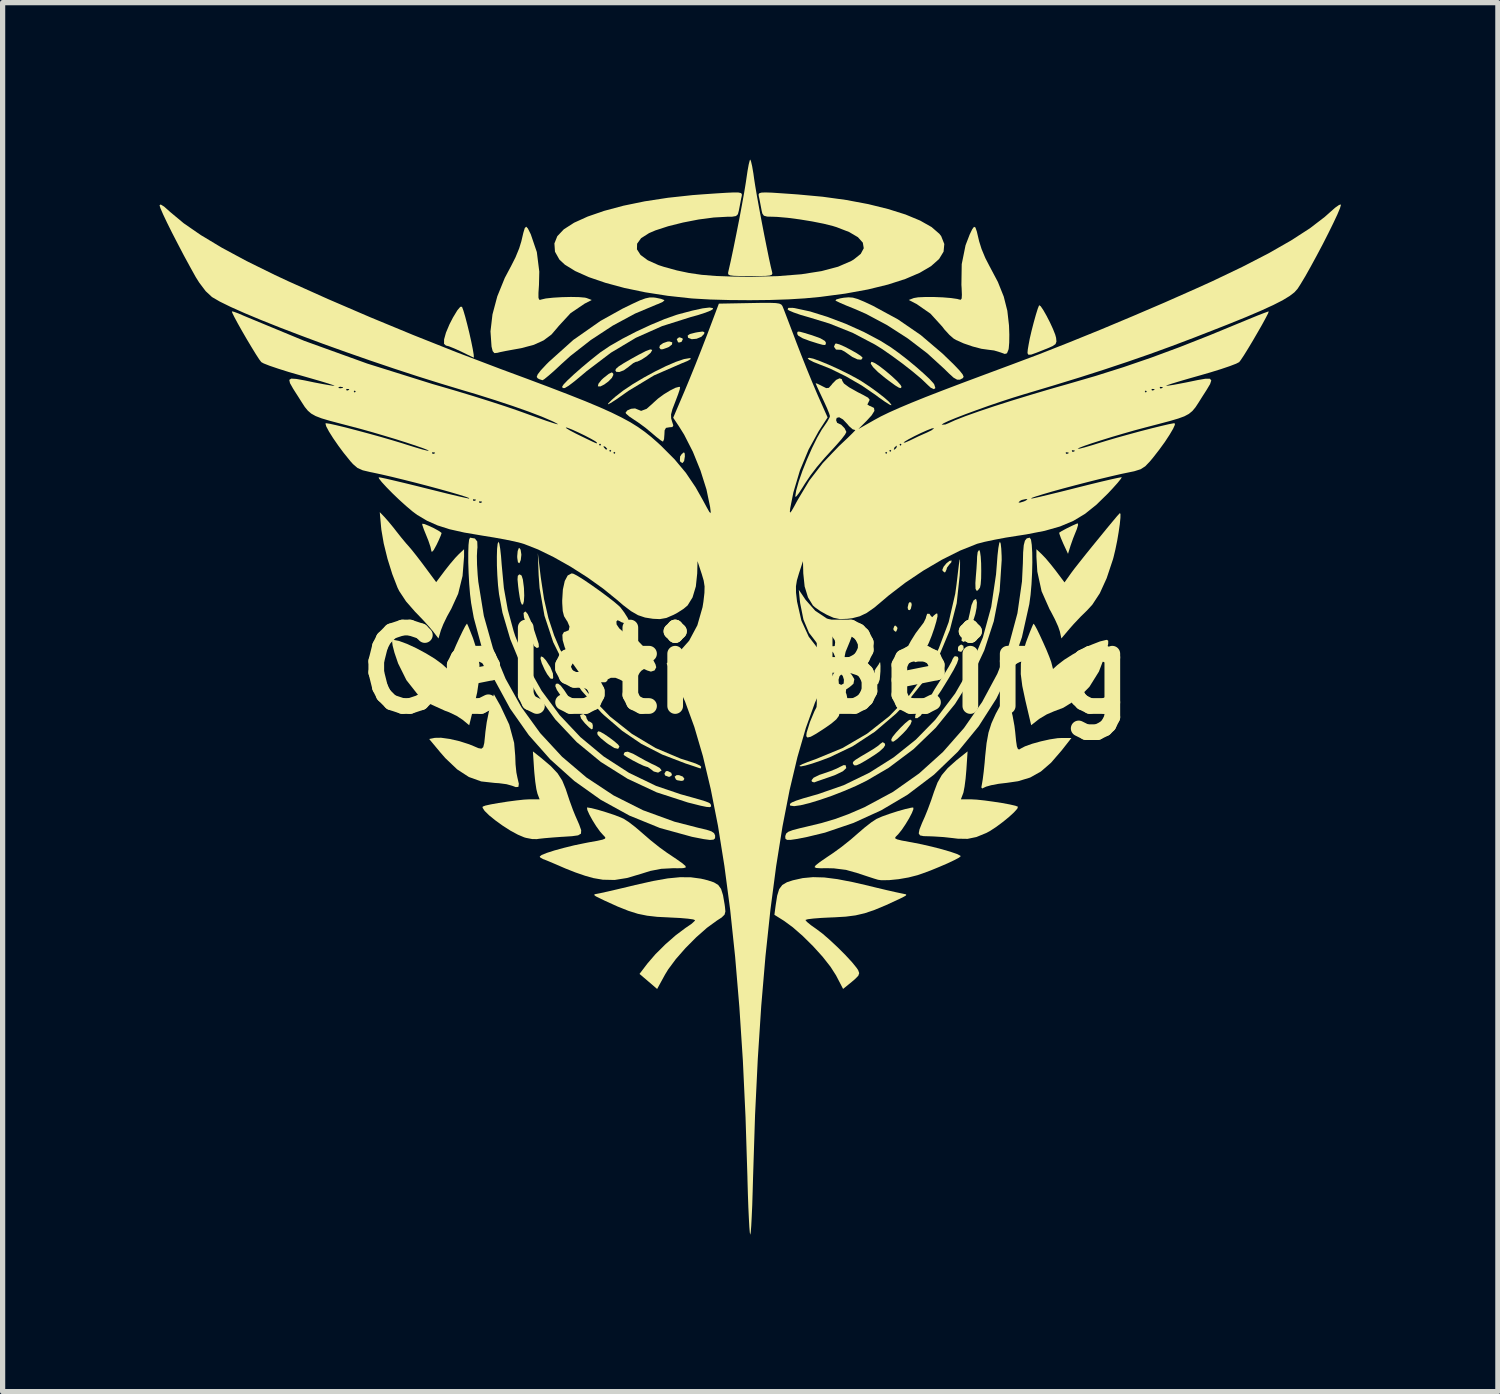
<source format=kicad_pcb>
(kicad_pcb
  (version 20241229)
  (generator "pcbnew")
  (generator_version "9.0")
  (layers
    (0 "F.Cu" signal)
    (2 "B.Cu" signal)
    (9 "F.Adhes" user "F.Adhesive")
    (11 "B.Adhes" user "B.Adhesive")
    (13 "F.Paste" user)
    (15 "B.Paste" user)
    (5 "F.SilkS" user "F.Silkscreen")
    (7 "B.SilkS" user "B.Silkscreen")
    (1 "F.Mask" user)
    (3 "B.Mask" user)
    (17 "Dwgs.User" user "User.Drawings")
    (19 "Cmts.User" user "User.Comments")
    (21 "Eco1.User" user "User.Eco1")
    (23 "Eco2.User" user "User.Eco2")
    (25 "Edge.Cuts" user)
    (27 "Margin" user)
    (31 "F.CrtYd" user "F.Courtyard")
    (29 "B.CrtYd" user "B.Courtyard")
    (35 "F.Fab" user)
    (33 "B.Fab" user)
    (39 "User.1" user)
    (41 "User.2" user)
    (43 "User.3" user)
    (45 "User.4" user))
  (footprint "CelstialBeing"
    (layer "F.Cu")
    (at 11.215 9.769)
    (property "Reference" "CelstialBeing" (at 0 0 0) (layer "F.SilkS") (effects (font (size 1.5 1.5) (thickness 0.3))))
    (attr board_only exclude_from_pos_files exclude_from_bom)
    (fp_poly (pts (xy -1.433 1.954) (xy -1.418 1.999) (xy -1.458 2.03) (xy -1.482 2.032) (xy -1.549 2.007) (xy -1.563 1.971) (xy -1.534 1.924) (xy -1.498 1.922)) (stroke (width 0) (type solid)) (fill yes) (layer "F.SilkS"))
    (fp_poly (pts (xy -1.218 -6.35) (xy -1.211 -6.333) (xy -1.237 -6.282) (xy -1.287 -6.27) (xy -1.304 -6.279) (xy -1.327 -6.336) (xy -1.286 -6.368) (xy -1.27 -6.37)) (stroke (width 0) (type solid)) (fill yes) (layer "F.SilkS"))
    (fp_poly (pts (xy 2.887 -0.828) (xy 2.892 -0.801) (xy 2.871 -0.749) (xy 2.853 -0.742) (xy 2.818 -0.774) (xy 2.814 -0.801) (xy 2.835 -0.853) (xy 2.853 -0.86)) (stroke (width 0) (type solid)) (fill yes) (layer "F.SilkS"))
    (fp_poly (pts (xy 3.157 -1.297) (xy 3.165 -1.255) (xy 3.148 -1.179) (xy 3.126 -1.153) (xy 3.095 -1.164) (xy 3.087 -1.207) (xy 3.105 -1.283) (xy 3.126 -1.309)) (stroke (width 0) (type solid)) (fill yes) (layer "F.SilkS"))
    (fp_poly (pts (xy -1.283 2) (xy -1.211 2.028) (xy -1.181 2.07) (xy -1.202 2.104) (xy -1.241 2.11) (xy -1.316 2.098) (xy -1.342 2.084) (xy -1.368 2.029) (xy -1.328 1.999)) (stroke (width 0) (type solid)) (fill yes) (layer "F.SilkS"))
    (fp_poly (pts (xy -1.174 -4.146) (xy -1.172 -4.094) (xy -1.186 -4.005) (xy -1.218 -3.966) (xy -1.256 -3.988) (xy -1.267 -4.013) (xy -1.263 -4.092) (xy -1.232 -4.138) (xy -1.189 -4.173)) (stroke (width 0) (type solid)) (fill yes) (layer "F.SilkS"))
    (fp_poly (pts (xy 4.152 -0.474) (xy 4.158 -0.414) (xy 4.156 -0.409) (xy 4.111 -0.356) (xy 4.06 -0.369) (xy 4.049 -0.383) (xy 4.05 -0.439) (xy 4.062 -0.466) (xy 4.11 -0.498)) (stroke (width 0) (type solid)) (fill yes) (layer "F.SilkS"))
    (fp_poly (pts (xy 3.372 0.738) (xy 3.373 0.74) (xy 3.388 0.79) (xy 3.338 0.86) (xy 3.335 0.864) (xy 3.271 0.911) (xy 3.231 0.91) (xy 3.23 0.909) (xy 3.234 0.854) (xy 3.269 0.785) (xy 3.326 0.727)) (stroke (width 0) (type solid)) (fill yes) (layer "F.SilkS"))
    (fp_poly (pts (xy -4.312 -2.31) (xy -4.299 -2.226) (xy -4.298 -2.21) (xy -4.309 -2.113) (xy -4.334 -2.054) (xy -4.338 -2.052) (xy -4.363 -2.069) (xy -4.376 -2.152) (xy -4.377 -2.186) (xy -4.368 -2.285) (xy -4.347 -2.34) (xy -4.338 -2.345)) (stroke (width 0) (type solid)) (fill yes) (layer "F.SilkS"))
    (fp_poly (pts (xy -3.884 -0.256) (xy -3.828 -0.195) (xy -3.743 -0.064) (xy -3.695 0.054) (xy -3.689 0.138) (xy -3.701 0.16) (xy -3.742 0.153) (xy -3.804 0.071) (xy -3.852 -0.015) (xy -3.908 -0.14) (xy -3.932 -0.228) (xy -3.923 -0.27)) (stroke (width 0) (type solid)) (fill yes) (layer "F.SilkS"))
    (fp_poly (pts (xy -1.413 -6.274) (xy -1.418 -6.233) (xy -1.477 -6.186) (xy -1.507 -6.173) (xy -1.592 -6.143) (xy -1.632 -6.14) (xy -1.655 -6.165) (xy -1.66 -6.172) (xy -1.649 -6.215) (xy -1.588 -6.259) (xy -1.505 -6.288) (xy -1.468 -6.291)) (stroke (width 0) (type solid)) (fill yes) (layer "F.SilkS"))
    (fp_poly (pts (xy -0.799 -6.469) (xy -0.803 -6.436) (xy -0.857 -6.38) (xy -0.947 -6.343) (xy -1.041 -6.334) (xy -1.107 -6.36) (xy -1.112 -6.367) (xy -1.118 -6.404) (xy -1.076 -6.433) (xy -0.971 -6.46) (xy -0.927 -6.468) (xy -0.833 -6.481)) (stroke (width 0) (type solid)) (fill yes) (layer "F.SilkS"))
    (fp_poly (pts (xy -2.542 -5.677) (xy -2.54 -5.651) (xy -2.567 -5.595) (xy -2.632 -5.528) (xy -2.713 -5.468) (xy -2.788 -5.431) (xy -2.833 -5.433) (xy -2.835 -5.435) (xy -2.824 -5.483) (xy -2.766 -5.556) (xy -2.73 -5.59) (xy -2.626 -5.672) (xy -2.567 -5.7)) (stroke (width 0) (type solid)) (fill yes) (layer "F.SilkS"))
    (fp_poly (pts (xy 3.928 -2.102) (xy 3.92 -2.065) (xy 3.889 -2.033) (xy 3.839 -1.966) (xy 3.83 -1.93) (xy 3.807 -1.881) (xy 3.79 -1.876) (xy 3.755 -1.907) (xy 3.751 -1.928) (xy 3.775 -1.985) (xy 3.828 -2.049) (xy 3.887 -2.096) (xy 3.928 -2.103)) (stroke (width 0) (type solid)) (fill yes) (layer "F.SilkS"))
    (fp_poly (pts (xy -3.062 0.87) (xy -3.048 0.921) (xy -3.017 0.97) (xy -2.989 0.977) (xy -2.942 1.01) (xy -2.931 1.055) (xy -2.935 1.113) (xy -2.955 1.125) (xy -3.004 1.087) (xy -3.083 1.008) (xy -3.155 0.919) (xy -3.175 0.858) (xy -3.169 0.848) (xy -3.111 0.831)) (stroke (width 0) (type solid)) (fill yes) (layer "F.SilkS"))
    (fp_poly (pts (xy -2.789 1.171) (xy -2.711 1.216) (xy -2.614 1.282) (xy -2.52 1.353) (xy -2.449 1.415) (xy -2.423 1.452) (xy -2.447 1.497) (xy -2.52 1.481) (xy -2.638 1.406) (xy -2.672 1.381) (xy -2.782 1.291) (xy -2.838 1.231) (xy -2.848 1.19) (xy -2.829 1.162)) (stroke (width 0) (type solid)) (fill yes) (layer "F.SilkS"))
    (fp_poly (pts (xy 2.563 -0.153) (xy 2.568 -0.086) (xy 2.567 0.016) (xy 2.554 0.169) (xy 2.525 0.251) (xy 2.505 0.266) (xy 2.467 0.259) (xy 2.471 0.205) (xy 2.473 0.116) (xy 2.459 0.074) (xy 2.455 0.001) (xy 2.478 -0.038) (xy 2.534 -0.118) (xy 2.553 -0.156)) (stroke (width 0) (type solid)) (fill yes) (layer "F.SilkS"))
    (fp_poly (pts (xy 3.167 0.962) (xy 3.142 1.028) (xy 3.067 1.129) (xy 3.001 1.2) (xy 2.888 1.308) (xy 2.817 1.359) (xy 2.782 1.355) (xy 2.774 1.317) (xy 2.8 1.267) (xy 2.866 1.186) (xy 2.952 1.093) (xy 3.039 1.008) (xy 3.109 0.951) (xy 3.137 0.938)) (stroke (width 0) (type solid)) (fill yes) (layer "F.SilkS"))
    (fp_poly (pts (xy -4.293 -1.815) (xy -4.269 -1.74) (xy -4.251 -1.602) (xy -4.248 -1.573) (xy -4.243 -1.432) (xy -4.249 -1.326) (xy -4.265 -1.265) (xy -4.288 -1.26) (xy -4.312 -1.315) (xy -4.328 -1.393) (xy -4.347 -1.516) (xy -4.359 -1.612) (xy -4.371 -1.741) (xy -4.366 -1.81) (xy -4.341 -1.835) (xy -4.328 -1.837)) (stroke (width 0) (type solid)) (fill yes) (layer "F.SilkS"))
    (fp_poly (pts (xy -4.213 -1.124) (xy -4.176 -1.079) (xy -4.123 -0.962) (xy -4.053 -0.771) (xy -3.967 -0.511) (xy -3.963 -0.446) (xy -4.001 -0.43) (xy -4.052 -0.467) (xy -4.098 -0.57) (xy -4.105 -0.596) (xy -4.147 -0.736) (xy -4.195 -0.869) (xy -4.204 -0.89) (xy -4.248 -1.017) (xy -4.256 -1.1) (xy -4.226 -1.127)) (stroke (width 0) (type solid)) (fill yes) (layer "F.SilkS"))
    (fp_poly (pts (xy 6.345 -2.782) (xy 6.322 -2.704) (xy 6.307 -2.667) (xy 6.251 -2.528) (xy 6.201 -2.386) (xy 6.198 -2.376) (xy 6.153 -2.231) (xy 6.062 -2.427) (xy 6.015 -2.537) (xy 5.988 -2.614) (xy 5.985 -2.636) (xy 6.035 -2.668) (xy 6.123 -2.715) (xy 6.222 -2.764) (xy 6.305 -2.802) (xy 6.34 -2.814)) (stroke (width 0) (type solid)) (fill yes) (layer "F.SilkS"))
    (fp_poly (pts (xy 2.463 -5.876) (xy 2.557 -5.813) (xy 2.671 -5.724) (xy 2.786 -5.626) (xy 2.886 -5.533) (xy 2.952 -5.459) (xy 2.97 -5.424) (xy 2.959 -5.399) (xy 2.921 -5.407) (xy 2.847 -5.452) (xy 2.726 -5.541) (xy 2.657 -5.593) (xy 2.52 -5.706) (xy 2.426 -5.8) (xy 2.381 -5.867) (xy 2.391 -5.899) (xy 2.404 -5.901)) (stroke (width 0) (type solid)) (fill yes) (layer "F.SilkS"))
    (fp_poly (pts (xy -6.153 -2.801) (xy -6.07 -2.768) (xy -5.971 -2.722) (xy -5.882 -2.673) (xy -5.829 -2.636) (xy -5.823 -2.627) (xy -5.839 -2.579) (xy -5.88 -2.485) (xy -5.919 -2.403) (xy -5.975 -2.301) (xy -6.009 -2.266) (xy -6.018 -2.286) (xy -6.035 -2.363) (xy -6.075 -2.482) (xy -6.114 -2.579) (xy -6.161 -2.695) (xy -6.19 -2.778) (xy -6.194 -2.806)) (stroke (width 0) (type solid)) (fill yes) (layer "F.SilkS"))
    (fp_poly (pts (xy -3.546 0.288) (xy -3.477 0.378) (xy -3.391 0.508) (xy -3.316 0.612) (xy -3.241 0.695) (xy -3.229 0.707) (xy -3.179 0.755) (xy -3.191 0.781) (xy -3.217 0.793) (xy -3.28 0.783) (xy -3.366 0.707) (xy -3.413 0.653) (xy -3.54 0.488) (xy -3.618 0.372) (xy -3.649 0.298) (xy -3.639 0.257) (xy -3.634 0.254) (xy -3.596 0.25)) (stroke (width 0) (type solid)) (fill yes) (layer "F.SilkS"))
    (fp_poly (pts (xy 1.028 -6.477) (xy 1.109 -6.455) (xy 1.248 -6.413) (xy 1.266 -6.407) (xy 1.418 -6.352) (xy 1.505 -6.301) (xy 1.524 -6.27) (xy 1.522 -6.238) (xy 1.506 -6.223) (xy 1.461 -6.227) (xy 1.371 -6.252) (xy 1.222 -6.299) (xy 1.221 -6.299) (xy 1.082 -6.351) (xy 0.997 -6.401) (xy 0.977 -6.432) (xy 0.977 -6.464) (xy 0.989 -6.48)) (stroke (width 0) (type solid)) (fill yes) (layer "F.SilkS"))
    (fp_poly (pts (xy 1.901 1.81) (xy 1.914 1.865) (xy 1.849 1.926) (xy 1.709 1.994) (xy 1.617 2.028) (xy 1.478 2.076) (xy 1.365 2.115) (xy 1.302 2.138) (xy 1.3 2.139) (xy 1.257 2.125) (xy 1.25 2.098) (xy 1.288 2.05) (xy 1.397 1.996) (xy 1.475 1.97) (xy 1.614 1.922) (xy 1.733 1.873) (xy 1.789 1.844) (xy 1.862 1.809)) (stroke (width 0) (type solid)) (fill yes) (layer "F.SilkS"))
    (fp_poly (pts (xy 4.471 -2.27) (xy 4.484 -2.177) (xy 4.492 -2.048) (xy 4.494 -1.903) (xy 4.492 -1.763) (xy 4.483 -1.648) (xy 4.47 -1.586) (xy 4.429 -1.532) (xy 4.406 -1.524) (xy 4.385 -1.562) (xy 4.382 -1.672) (xy 4.39 -1.788) (xy 4.403 -1.945) (xy 4.412 -2.09) (xy 4.415 -2.179) (xy 4.426 -2.265) (xy 4.452 -2.305) (xy 4.455 -2.306)) (stroke (width 0) (type solid)) (fill yes) (layer "F.SilkS"))
    (fp_poly (pts (xy 1.783 -6.235) (xy 1.883 -6.191) (xy 1.999 -6.131) (xy 2.109 -6.069) (xy 2.193 -6.014) (xy 2.227 -5.979) (xy 2.227 -5.978) (xy 2.199 -5.942) (xy 2.127 -5.949) (xy 2.029 -5.995) (xy 1.966 -6.039) (xy 1.88 -6.099) (xy 1.819 -6.13) (xy 1.81 -6.131) (xy 1.717 -6.136) (xy 1.681 -6.187) (xy 1.68 -6.194) (xy 1.702 -6.246) (xy 1.72 -6.252)) (stroke (width 0) (type solid)) (fill yes) (layer "F.SilkS"))
    (fp_poly (pts (xy 4.048 -0.261) (xy 4.058 -0.219) (xy 4.031 -0.139) (xy 3.965 -0.01) (xy 3.866 0.159) (xy 3.726 0.386) (xy 3.618 0.546) (xy 3.54 0.644) (xy 3.487 0.681) (xy 3.459 0.662) (xy 3.471 0.606) (xy 3.522 0.5) (xy 3.604 0.356) (xy 3.692 0.218) (xy 3.792 0.062) (xy 3.873 -0.073) (xy 3.928 -0.173) (xy 3.947 -0.221) (xy 3.978 -0.268) (xy 4.005 -0.274)) (stroke (width 0) (type solid)) (fill yes) (layer "F.SilkS"))
    (fp_poly (pts (xy -1.799 -6.131) (xy -1.798 -6.122) (xy -1.828 -6.072) (xy -1.903 -6.007) (xy -1.996 -5.946) (xy -2.08 -5.906) (xy -2.11 -5.901) (xy -2.16 -5.876) (xy -2.236 -5.816) (xy -2.251 -5.803) (xy -2.339 -5.74) (xy -2.425 -5.707) (xy -2.485 -5.711) (xy -2.501 -5.74) (xy -2.487 -5.77) (xy -2.438 -5.813) (xy -2.345 -5.873) (xy -2.198 -5.958) (xy -2.061 -6.034) (xy -1.919 -6.107) (xy -1.834 -6.139)) (stroke (width 0) (type solid)) (fill yes) (layer "F.SilkS"))
    (fp_poly (pts (xy 2.651 1.395) (xy 2.657 1.427) (xy 2.626 1.477) (xy 2.546 1.55) (xy 2.452 1.616) (xy 2.29 1.718) (xy 2.18 1.781) (xy 2.112 1.811) (xy 2.072 1.814) (xy 2.049 1.793) (xy 2.049 1.793) (xy 2.038 1.768) (xy 2.049 1.742) (xy 2.092 1.706) (xy 2.179 1.651) (xy 2.322 1.567) (xy 2.334 1.56) (xy 2.447 1.491) (xy 2.53 1.433) (xy 2.561 1.404) (xy 2.611 1.369)) (stroke (width 0) (type solid)) (fill yes) (layer "F.SilkS"))
    (fp_poly (pts (xy -2.162 1.591) (xy -2.074 1.64) (xy -1.936 1.717) (xy -1.801 1.786) (xy -1.733 1.817) (xy -1.652 1.863) (xy -1.619 1.905) (xy -1.621 1.914) (xy -1.683 1.952) (xy -1.767 1.93) (xy -1.811 1.895) (xy -1.879 1.847) (xy -1.915 1.837) (xy -1.966 1.819) (xy -2.059 1.775) (xy -2.169 1.718) (xy -2.271 1.66) (xy -2.341 1.615) (xy -2.342 1.614) (xy -2.335 1.58) (xy -2.318 1.56) (xy -2.264 1.551)) (stroke (width 0) (type solid)) (fill yes) (layer "F.SilkS"))
    (fp_poly (pts (xy -1.062 -5.971) (xy -1.062 -5.953) (xy -1.124 -5.917) (xy -1.234 -5.872) (xy -1.25 -5.865) (xy -1.76 -5.643) (xy -2.242 -5.352) (xy -2.318 -5.299) (xy -2.48 -5.185) (xy -2.589 -5.115) (xy -2.642 -5.088) (xy -2.637 -5.107) (xy -2.573 -5.171) (xy -2.501 -5.235) (xy -2.351 -5.352) (xy -2.166 -5.476) (xy -1.959 -5.599) (xy -1.744 -5.716) (xy -1.535 -5.819) (xy -1.345 -5.901) (xy -1.189 -5.954) (xy -1.081 -5.972)) (stroke (width 0) (type solid)) (fill yes) (layer "F.SilkS"))
    (fp_poly (pts (xy 4.399 -1.359) (xy 4.412 -1.301) (xy 4.405 -1.199) (xy 4.382 -1.082) (xy 4.35 -0.979) (xy 4.318 -0.923) (xy 4.282 -0.87) (xy 4.285 -0.847) (xy 4.292 -0.793) (xy 4.267 -0.706) (xy 4.225 -0.617) (xy 4.178 -0.557) (xy 4.156 -0.547) (xy 4.117 -0.569) (xy 4.124 -0.635) (xy 4.16 -0.736) (xy 4.202 -0.84) (xy 4.243 -0.96) (xy 4.275 -1.098) (xy 4.278 -1.114) (xy 4.308 -1.251) (xy 4.346 -1.339) (xy 4.385 -1.367)) (stroke (width 0) (type solid)) (fill yes) (layer "F.SilkS"))
    (fp_poly (pts (xy -5.432 -6.952) (xy -5.406 -6.882) (xy -5.371 -6.764) (xy -5.332 -6.615) (xy -5.292 -6.452) (xy -5.256 -6.29) (xy -5.227 -6.147) (xy -5.209 -6.04) (xy -5.206 -5.985) (xy -5.209 -5.982) (xy -5.245 -5.999) (xy -5.333 -6.041) (xy -5.451 -6.099) (xy -5.579 -6.157) (xy -5.684 -6.199) (xy -5.74 -6.213) (xy -5.776 -6.245) (xy -5.775 -6.331) (xy -5.739 -6.46) (xy -5.671 -6.621) (xy -5.605 -6.749) (xy -5.522 -6.886) (xy -5.466 -6.953) (xy -5.434 -6.954)) (stroke (width 0) (type solid)) (fill yes) (layer "F.SilkS"))
    (fp_poly (pts (xy 1.283 -5.962) (xy 1.413 -5.915) (xy 1.578 -5.847) (xy 1.759 -5.765) (xy 1.939 -5.677) (xy 2.101 -5.591) (xy 2.203 -5.532) (xy 2.363 -5.426) (xy 2.512 -5.318) (xy 2.639 -5.219) (xy 2.73 -5.138) (xy 2.774 -5.085) (xy 2.774 -5.071) (xy 2.737 -5.086) (xy 2.653 -5.139) (xy 2.538 -5.22) (xy 2.481 -5.263) (xy 2.215 -5.446) (xy 1.913 -5.621) (xy 1.61 -5.77) (xy 1.426 -5.843) (xy 1.29 -5.897) (xy 1.204 -5.941) (xy 1.175 -5.97) (xy 1.204 -5.979)) (stroke (width 0) (type solid)) (fill yes) (layer "F.SilkS"))
    (fp_poly (pts (xy 5.631 -6.964) (xy 5.68 -6.892) (xy 5.742 -6.783) (xy 5.807 -6.657) (xy 5.865 -6.531) (xy 5.908 -6.423) (xy 5.925 -6.362) (xy 5.932 -6.29) (xy 5.915 -6.242) (xy 5.86 -6.203) (xy 5.751 -6.155) (xy 5.717 -6.142) (xy 5.553 -6.077) (xy 5.45 -6.04) (xy 5.396 -6.037) (xy 5.378 -6.068) (xy 5.384 -6.138) (xy 5.398 -6.22) (xy 5.421 -6.343) (xy 5.456 -6.494) (xy 5.497 -6.653) (xy 5.538 -6.8) (xy 5.574 -6.916) (xy 5.599 -6.979) (xy 5.603 -6.983)) (stroke (width 0) (type solid)) (fill yes) (layer "F.SilkS"))
    (fp_poly (pts (xy -1.729 -7.127) (xy -1.628 -7.106) (xy -1.569 -7.083) (xy -1.563 -7.076) (xy -1.596 -7.047) (xy -1.679 -7.009) (xy -1.71 -6.998) (xy -2.124 -6.824) (xy -2.552 -6.593) (xy -2.971 -6.318) (xy -3.36 -6.014) (xy -3.531 -5.86) (xy -3.663 -5.737) (xy -3.776 -5.638) (xy -3.858 -5.571) (xy -3.893 -5.55) (xy -3.953 -5.569) (xy -3.986 -5.587) (xy -4.004 -5.614) (xy -3.986 -5.661) (xy -3.928 -5.737) (xy -3.821 -5.852) (xy -3.771 -5.902) (xy -3.304 -6.321) (xy -2.785 -6.684) (xy -2.364 -6.918) (xy -2.169 -7.013) (xy -2.028 -7.078) (xy -1.925 -7.115) (xy -1.845 -7.132) (xy -1.772 -7.132)) (stroke (width 0) (type solid)) (fill yes) (layer "F.SilkS"))
    (fp_poly (pts (xy 2.039 -7.129) (xy 2.134 -7.102) (xy 2.259 -7.05) (xy 2.423 -6.973) (xy 2.902 -6.713) (xy 3.337 -6.414) (xy 3.754 -6.059) (xy 3.816 -5.999) (xy 3.973 -5.847) (xy 4.077 -5.738) (xy 4.136 -5.665) (xy 4.157 -5.619) (xy 4.145 -5.592) (xy 4.142 -5.59) (xy 4.086 -5.56) (xy 4.032 -5.561) (xy 3.965 -5.599) (xy 3.872 -5.684) (xy 3.789 -5.766) (xy 3.465 -6.062) (xy 3.092 -6.347) (xy 2.693 -6.604) (xy 2.292 -6.818) (xy 2.065 -6.917) (xy 1.916 -6.977) (xy 1.795 -7.029) (xy 1.721 -7.065) (xy 1.707 -7.073) (xy 1.723 -7.094) (xy 1.798 -7.115) (xy 1.864 -7.127) (xy 1.956 -7.135)) (stroke (width 0) (type solid)) (fill yes) (layer "F.SilkS"))
    (fp_poly (pts (xy -3.927 -1.782) (xy -3.864 -1.366) (xy -3.781 -1.003) (xy -3.671 -0.67) (xy -3.557 -0.402) (xy -3.296 0.066) (xy -2.975 0.496) (xy -2.602 0.88) (xy -2.184 1.211) (xy -1.731 1.482) (xy -1.249 1.686) (xy -1.084 1.738) (xy -0.965 1.778) (xy -0.884 1.816) (xy -0.86 1.839) (xy -0.868 1.873) (xy -0.869 1.873) (xy -0.908 1.861) (xy -1.002 1.829) (xy -1.132 1.786) (xy -1.154 1.779) (xy -1.607 1.605) (xy -2.005 1.401) (xy -2.37 1.153) (xy -2.721 0.851) (xy -2.768 0.806) (xy -3.143 0.39) (xy -3.451 -0.061) (xy -3.689 -0.542) (xy -3.856 -1.048) (xy -3.949 -1.574) (xy -3.967 -1.817) (xy -3.983 -2.247)) (stroke (width 0) (type solid)) (fill yes) (layer "F.SilkS"))
    (fp_poly (pts (xy -0.638 -6.929) (xy -0.634 -6.911) (xy -0.676 -6.883) (xy -0.778 -6.842) (xy -0.923 -6.795) (xy -1.064 -6.756) (xy -1.608 -6.584) (xy -2.109 -6.361) (xy -2.584 -6.077) (xy -3.048 -5.725) (xy -3.108 -5.674) (xy -3.276 -5.534) (xy -3.394 -5.444) (xy -3.469 -5.4) (xy -3.508 -5.4) (xy -3.517 -5.429) (xy -3.488 -5.472) (xy -3.41 -5.553) (xy -3.294 -5.661) (xy -3.152 -5.786) (xy -2.996 -5.917) (xy -2.837 -6.044) (xy -2.786 -6.084) (xy -2.605 -6.206) (xy -2.37 -6.341) (xy -2.105 -6.478) (xy -1.828 -6.607) (xy -1.563 -6.718) (xy -1.331 -6.8) (xy -1.29 -6.812) (xy -1.029 -6.881) (xy -0.832 -6.924) (xy -0.701 -6.94)) (stroke (width 0) (type solid)) (fill yes) (layer "F.SilkS"))
    (fp_poly (pts (xy 0.925 -6.929) (xy 1.221 -6.865) (xy 1.554 -6.761) (xy 1.905 -6.628) (xy 2.249 -6.473) (xy 2.564 -6.306) (xy 2.767 -6.179) (xy 2.916 -6.072) (xy 3.078 -5.947) (xy 3.239 -5.814) (xy 3.386 -5.685) (xy 3.505 -5.574) (xy 3.58 -5.492) (xy 3.596 -5.469) (xy 3.617 -5.4) (xy 3.589 -5.379) (xy 3.528 -5.407) (xy 3.474 -5.457) (xy 3.355 -5.571) (xy 3.189 -5.711) (xy 2.994 -5.864) (xy 2.79 -6.014) (xy 2.597 -6.148) (xy 2.462 -6.232) (xy 2.036 -6.456) (xy 1.59 -6.634) (xy 1.207 -6.751) (xy 1.041 -6.799) (xy 0.906 -6.846) (xy 0.817 -6.884) (xy 0.792 -6.905) (xy 0.806 -6.933) (xy 0.882 -6.934)) (stroke (width 0) (type solid)) (fill yes) (layer "F.SilkS"))
    (fp_poly (pts (xy 3.656 -1.086) (xy 3.658 -1.037) (xy 3.635 -0.937) (xy 3.596 -0.806) (xy 3.547 -0.665) (xy 3.494 -0.534) (xy 3.446 -0.433) (xy 3.413 -0.386) (xy 3.35 -0.309) (xy 3.318 -0.246) (xy 3.275 -0.176) (xy 3.23 -0.159) (xy 3.205 -0.201) (xy 3.204 -0.218) (xy 3.185 -0.259) (xy 3.116 -0.252) (xy 3.024 -0.213) (xy 2.978 -0.185) (xy 2.971 -0.197) (xy 2.995 -0.265) (xy 3.045 -0.375) (xy 3.067 -0.417) (xy 3.151 -0.57) (xy 3.241 -0.714) (xy 3.319 -0.818) (xy 3.322 -0.821) (xy 3.394 -0.917) (xy 3.435 -1.001) (xy 3.439 -1.023) (xy 3.46 -1.085) (xy 3.503 -1.085) (xy 3.53 -1.045) (xy 3.557 -1.02) (xy 3.59 -1.054) (xy 3.635 -1.09)) (stroke (width 0) (type solid)) (fill yes) (layer "F.SilkS"))
    (fp_poly (pts (xy 4.089 -2.065) (xy 4.087 -1.94) (xy 4.082 -1.817) (xy 4.025 -1.286) (xy 3.893 -0.772) (xy 3.688 -0.281) (xy 3.412 0.183) (xy 3.067 0.616) (xy 2.865 0.824) (xy 2.46 1.17) (xy 2.036 1.448) (xy 1.597 1.658) (xy 1.419 1.725) (xy 1.261 1.779) (xy 1.132 1.816) (xy 1.047 1.833) (xy 1.018 1.826) (xy 1.024 1.817) (xy 1.072 1.791) (xy 1.174 1.75) (xy 1.309 1.701) (xy 1.329 1.694) (xy 1.842 1.482) (xy 2.312 1.207) (xy 2.735 0.874) (xy 3.107 0.489) (xy 3.423 0.057) (xy 3.68 -0.417) (xy 3.872 -0.927) (xy 3.997 -1.468) (xy 4.022 -1.649) (xy 4.049 -1.879) (xy 4.068 -2.033) (xy 4.081 -2.115) (xy 4.088 -2.124)) (stroke (width 0) (type solid)) (fill yes) (layer "F.SilkS"))
    (fp_poly (pts (xy -4.699 0.673) (xy -4.53 1.033) (xy -4.436 1.382) (xy -4.415 1.63) (xy -4.409 1.793) (xy -4.393 1.949) (xy -4.374 2.044) (xy -4.346 2.165) (xy -4.354 2.224) (xy -4.403 2.229) (xy -4.474 2.203) (xy -4.582 2.173) (xy -4.726 2.154) (xy -4.806 2.149) (xy -5.066 2.12) (xy -5.302 2.035) (xy -5.526 1.889) (xy -5.75 1.676) (xy -5.847 1.565) (xy -6.06 1.309) (xy -5.951 1.287) (xy -5.832 1.285) (xy -5.667 1.308) (xy -5.48 1.351) (xy -5.296 1.41) (xy -5.208 1.446) (xy -5.119 1.484) (xy -5.061 1.494) (xy -5.027 1.466) (xy -5.007 1.387) (xy -4.992 1.246) (xy -4.985 1.172) (xy -4.96 0.989) (xy -4.92 0.793) (xy -4.892 0.686) (xy -4.823 0.454)) (stroke (width 0) (type solid)) (fill yes) (layer "F.SilkS"))
    (fp_poly (pts (xy 0.093 -9.733) (xy 0.115 -9.637) (xy 0.139 -9.497) (xy 0.151 -9.408) (xy 0.173 -9.266) (xy 0.206 -9.072) (xy 0.248 -8.841) (xy 0.295 -8.59) (xy 0.344 -8.336) (xy 0.392 -8.096) (xy 0.435 -7.885) (xy 0.471 -7.72) (xy 0.493 -7.63) (xy 0.501 -7.592) (xy 0.491 -7.567) (xy 0.452 -7.552) (xy 0.369 -7.544) (xy 0.231 -7.542) (xy 0.078 -7.542) (xy -0.112 -7.542) (xy -0.236 -7.546) (xy -0.308 -7.555) (xy -0.341 -7.572) (xy -0.346 -7.6) (xy -0.34 -7.63) (xy -0.294 -7.832) (xy -0.242 -8.078) (xy -0.187 -8.35) (xy -0.132 -8.628) (xy -0.082 -8.895) (xy -0.039 -9.132) (xy -0.008 -9.32) (xy 0.002 -9.388) (xy 0.026 -9.55) (xy 0.049 -9.677) (xy 0.069 -9.754) (xy 0.078 -9.769)) (stroke (width 0) (type solid)) (fill yes) (layer "F.SilkS"))
    (fp_poly (pts (xy 5.05 0.686) (xy 5.093 0.861) (xy 5.129 1.058) (xy 5.143 1.172) (xy 5.16 1.345) (xy 5.176 1.452) (xy 5.196 1.502) (xy 5.222 1.509) (xy 5.247 1.493) (xy 5.331 1.449) (xy 5.468 1.4) (xy 5.634 1.354) (xy 5.805 1.316) (xy 5.956 1.293) (xy 6.025 1.29) (xy 6.218 1.29) (xy 6.032 1.527) (xy 5.829 1.762) (xy 5.634 1.931) (xy 5.429 2.046) (xy 5.199 2.116) (xy 4.986 2.147) (xy 4.824 2.166) (xy 4.682 2.193) (xy 4.587 2.22) (xy 4.576 2.225) (xy 4.512 2.255) (xy 4.496 2.234) (xy 4.509 2.163) (xy 4.523 2.078) (xy 4.541 1.936) (xy 4.559 1.762) (xy 4.569 1.641) (xy 4.596 1.388) (xy 4.633 1.186) (xy 4.69 1.007) (xy 4.773 0.824) (xy 4.85 0.683) (xy 4.979 0.454)) (stroke (width 0) (type solid)) (fill yes) (layer "F.SilkS"))
    (fp_poly (pts (xy -6.916 -2.936) (xy -6.841 -2.851) (xy -6.746 -2.736) (xy -6.69 -2.664) (xy -6.595 -2.544) (xy -6.503 -2.433) (xy -6.46 -2.385) (xy -6.395 -2.309) (xy -6.301 -2.191) (xy -6.193 -2.05) (xy -6.147 -1.988) (xy -5.926 -1.69) (xy -5.761 -1.91) (xy -5.66 -2.038) (xy -5.562 -2.153) (xy -5.494 -2.224) (xy -5.393 -2.319) (xy -5.393 -2.177) (xy -5.422 -1.808) (xy -5.506 -1.468) (xy -5.636 -1.183) (xy -5.719 -1.033) (xy -5.79 -0.886) (xy -5.835 -0.772) (xy -5.837 -0.766) (xy -5.882 -0.613) (xy -5.984 -0.746) (xy -6.061 -0.837) (xy -6.172 -0.96) (xy -6.297 -1.091) (xy -6.327 -1.121) (xy -6.502 -1.321) (xy -6.632 -1.518) (xy -6.665 -1.584) (xy -6.766 -1.845) (xy -6.857 -2.137) (xy -6.929 -2.429) (xy -6.974 -2.691) (xy -6.98 -2.75) (xy -7.005 -3.028)) (stroke (width 0) (type solid)) (fill yes) (layer "F.SilkS"))
    (fp_poly (pts (xy -5.316 -0.853) (xy -5.277 -0.758) (xy -5.226 -0.628) (xy -5.218 -0.606) (xy -5.137 -0.353) (xy -5.099 -0.112) (xy -5.101 0.138) (xy -5.143 0.42) (xy -5.187 0.611) (xy -5.295 1.046) (xy -5.422 0.941) (xy -5.535 0.867) (xy -5.681 0.797) (xy -5.758 0.769) (xy -6.044 0.639) (xy -6.291 0.443) (xy -6.495 0.184) (xy -6.654 -0.136) (xy -6.724 -0.342) (xy -6.759 -0.478) (xy -6.769 -0.555) (xy -6.754 -0.584) (xy -6.743 -0.586) (xy -6.635 -0.565) (xy -6.483 -0.509) (xy -6.306 -0.427) (xy -6.123 -0.329) (xy -5.954 -0.226) (xy -5.817 -0.126) (xy -5.795 -0.106) (xy -5.709 -0.029) (xy -5.681 -0.142) (xy -5.654 -0.224) (xy -5.606 -0.344) (xy -5.547 -0.483) (xy -5.482 -0.625) (xy -5.421 -0.752) (xy -5.372 -0.847) (xy -5.341 -0.893) (xy -5.336 -0.895)) (stroke (width 0) (type solid)) (fill yes) (layer "F.SilkS"))
    (fp_poly (pts (xy -1.264 -5.419) (xy -1.269 -5.378) (xy -1.3 -5.284) (xy -1.348 -5.157) (xy -1.354 -5.141) (xy -1.41 -4.996) (xy -1.436 -4.897) (xy -1.434 -4.821) (xy -1.418 -4.765) (xy -1.393 -4.686) (xy -1.41 -4.655) (xy -1.469 -4.65) (xy -1.533 -4.639) (xy -1.559 -4.592) (xy -1.563 -4.513) (xy -1.57 -4.423) (xy -1.589 -4.378) (xy -1.592 -4.377) (xy -1.635 -4.402) (xy -1.716 -4.465) (xy -1.798 -4.535) (xy -1.928 -4.643) (xy -2.069 -4.746) (xy -2.139 -4.792) (xy -2.235 -4.857) (xy -2.295 -4.91) (xy -2.306 -4.929) (xy -2.273 -4.972) (xy -2.2 -5.004) (xy -2.124 -5.011) (xy -2.093 -4.998) (xy -2.008 -4.964) (xy -1.903 -5.003) (xy -1.776 -5.116) (xy -1.776 -5.117) (xy -1.685 -5.199) (xy -1.572 -5.282) (xy -1.454 -5.354) (xy -1.35 -5.406) (xy -1.28 -5.424)) (stroke (width 0) (type solid)) (fill yes) (layer "F.SilkS"))
    (fp_poly (pts (xy 7.156 -2.995) (xy 7.155 -2.919) (xy 7.143 -2.798) (xy 7.121 -2.647) (xy 7.093 -2.481) (xy 7.059 -2.315) (xy 7.023 -2.165) (xy 7.012 -2.125) (xy 6.892 -1.765) (xy 6.761 -1.477) (xy 6.617 -1.258) (xy 6.518 -1.15) (xy 6.395 -1.03) (xy 6.261 -0.888) (xy 6.188 -0.805) (xy 6.026 -0.614) (xy 5.997 -0.747) (xy 5.964 -0.843) (xy 5.902 -0.98) (xy 5.823 -1.132) (xy 5.8 -1.172) (xy 5.648 -1.515) (xy 5.566 -1.892) (xy 5.549 -2.173) (xy 5.549 -2.319) (xy 5.65 -2.224) (xy 5.727 -2.144) (xy 5.826 -2.026) (xy 5.919 -1.908) (xy 6.086 -1.685) (xy 6.216 -1.868) (xy 6.272 -1.943) (xy 6.365 -2.061) (xy 6.483 -2.21) (xy 6.617 -2.376) (xy 6.756 -2.546) (xy 6.888 -2.708) (xy 7.004 -2.848) (xy 7.092 -2.953) (xy 7.143 -3.009)) (stroke (width 0) (type solid)) (fill yes) (layer "F.SilkS"))
    (fp_poly (pts (xy 5.515 -0.87) (xy 5.559 -0.79) (xy 5.616 -0.672) (xy 5.68 -0.533) (xy 5.743 -0.391) (xy 5.795 -0.263) (xy 5.831 -0.165) (xy 5.837 -0.142) (xy 5.866 -0.029) (xy 5.951 -0.106) (xy 6.078 -0.204) (xy 6.242 -0.308) (xy 6.424 -0.408) (xy 6.604 -0.494) (xy 6.763 -0.556) (xy 6.882 -0.585) (xy 6.899 -0.586) (xy 6.922 -0.569) (xy 6.921 -0.51) (xy 6.895 -0.395) (xy 6.877 -0.329) (xy 6.744 0.02) (xy 6.562 0.312) (xy 6.334 0.544) (xy 6.063 0.712) (xy 5.881 0.781) (xy 5.746 0.839) (xy 5.61 0.92) (xy 5.587 0.937) (xy 5.449 1.045) (xy 5.338 0.574) (xy 5.279 0.296) (xy 5.25 0.069) (xy 5.252 -0.131) (xy 5.285 -0.325) (xy 5.349 -0.537) (xy 5.375 -0.607) (xy 5.426 -0.74) (xy 5.468 -0.842) (xy 5.491 -0.893) (xy 5.493 -0.895)) (stroke (width 0) (type solid)) (fill yes) (layer "F.SilkS"))
    (fp_poly (pts (xy 4.21 1.897) (xy 4.195 2.068) (xy 4.175 2.221) (xy 4.154 2.331) (xy 4.146 2.354) (xy 4.105 2.462) (xy 4.294 2.462) (xy 4.406 2.468) (xy 4.556 2.484) (xy 4.724 2.507) (xy 4.892 2.533) (xy 5.039 2.56) (xy 5.147 2.585) (xy 5.196 2.604) (xy 5.183 2.642) (xy 5.12 2.712) (xy 5.022 2.802) (xy 4.902 2.899) (xy 4.777 2.992) (xy 4.659 3.069) (xy 4.592 3.105) (xy 4.402 3.183) (xy 4.233 3.218) (xy 4.046 3.215) (xy 3.947 3.203) (xy 3.775 3.184) (xy 3.586 3.172) (xy 3.505 3.169) (xy 3.392 3.166) (xy 3.324 3.152) (xy 3.299 3.114) (xy 3.313 3.039) (xy 3.362 2.915) (xy 3.416 2.794) (xy 3.473 2.653) (xy 3.538 2.477) (xy 3.591 2.319) (xy 3.658 2.142) (xy 3.741 1.997) (xy 3.855 1.863) (xy 4.017 1.718) (xy 4.077 1.67) (xy 4.233 1.546)) (stroke (width 0) (type solid)) (fill yes) (layer "F.SilkS"))
    (fp_poly (pts (xy 4.866 -2.426) (xy 4.877 -2.329) (xy 4.884 -2.189) (xy 4.885 -2.113) (xy 4.846 -1.52) (xy 4.734 -0.942) (xy 4.552 -0.385) (xy 4.304 0.144) (xy 3.993 0.639) (xy 3.624 1.094) (xy 3.2 1.503) (xy 2.724 1.86) (xy 2.307 2.104) (xy 2.097 2.207) (xy 1.87 2.304) (xy 1.64 2.394) (xy 1.417 2.471) (xy 1.215 2.533) (xy 1.044 2.575) (xy 0.917 2.593) (xy 0.846 2.583) (xy 0.838 2.576) (xy 0.837 2.55) (xy 0.873 2.522) (xy 0.954 2.488) (xy 1.09 2.444) (xy 1.289 2.387) (xy 1.368 2.365) (xy 1.865 2.192) (xy 2.355 1.954) (xy 2.82 1.66) (xy 3.244 1.321) (xy 3.61 0.947) (xy 3.622 0.933) (xy 3.995 0.439) (xy 4.295 -0.081) (xy 4.525 -0.632) (xy 4.685 -1.217) (xy 4.777 -1.838) (xy 4.792 -2.025) (xy 4.805 -2.199) (xy 4.821 -2.34) (xy 4.838 -2.433) (xy 4.851 -2.462)) (stroke (width 0) (type solid)) (fill yes) (layer "F.SilkS"))
    (fp_poly (pts (xy -4.173 -8.451) (xy -4.128 -8.361) (xy -4.117 -8.338) (xy -4.002 -8) (xy -3.955 -7.626) (xy -3.961 -7.372) (xy -3.971 -7.219) (xy -3.971 -7.13) (xy -3.959 -7.091) (xy -3.933 -7.087) (xy -3.917 -7.093) (xy -3.83 -7.113) (xy -3.691 -7.128) (xy -3.523 -7.138) (xy -3.35 -7.142) (xy -3.195 -7.139) (xy -3.082 -7.129) (xy -3.049 -7.121) (xy -2.952 -7.084) (xy -3.088 -7.014) (xy -3.357 -6.832) (xy -3.585 -6.585) (xy -3.594 -6.573) (xy -3.722 -6.424) (xy -3.872 -6.312) (xy -4.059 -6.227) (xy -4.299 -6.163) (xy -4.455 -6.135) (xy -4.592 -6.11) (xy -4.709 -6.086) (xy -4.755 -6.074) (xy -4.813 -6.068) (xy -4.846 -6.106) (xy -4.868 -6.194) (xy -4.888 -6.484) (xy -4.85 -6.808) (xy -4.758 -7.153) (xy -4.615 -7.505) (xy -4.492 -7.737) (xy -4.41 -7.899) (xy -4.339 -8.072) (xy -4.298 -8.206) (xy -4.26 -8.368) (xy -4.232 -8.46) (xy -4.205 -8.485)) (stroke (width 0) (type solid)) (fill yes) (layer "F.SilkS"))
    (fp_poly (pts (xy -3.92 1.67) (xy -3.736 1.826) (xy -3.606 1.964) (xy -3.516 2.104) (xy -3.45 2.265) (xy -3.437 2.304) (xy -3.379 2.479) (xy -3.312 2.663) (xy -3.267 2.774) (xy -3.193 2.943) (xy -3.154 3.053) (xy -3.158 3.118) (xy -3.213 3.151) (xy -3.328 3.167) (xy -3.512 3.179) (xy -3.521 3.179) (xy -3.698 3.192) (xy -3.852 3.205) (xy -3.963 3.217) (xy -4.001 3.223) (xy -4.09 3.222) (xy -4.209 3.199) (xy -4.244 3.189) (xy -4.364 3.138) (xy -4.505 3.062) (xy -4.652 2.968) (xy -4.792 2.867) (xy -4.912 2.77) (xy -4.999 2.685) (xy -5.04 2.623) (xy -5.036 2.601) (xy -4.986 2.582) (xy -4.877 2.558) (xy -4.73 2.532) (xy -4.563 2.506) (xy -4.396 2.484) (xy -4.249 2.468) (xy -4.14 2.462) (xy -4.138 2.462) (xy -3.949 2.462) (xy -3.99 2.354) (xy -4.011 2.267) (xy -4.032 2.126) (xy -4.049 1.959) (xy -4.054 1.897) (xy -4.077 1.546)) (stroke (width 0) (type solid)) (fill yes) (layer "F.SilkS"))
    (fp_poly (pts (xy -4.719 -2.425) (xy -4.702 -2.327) (xy -4.686 -2.181) (xy -4.674 -2.025) (xy -4.632 -1.576) (xy -4.558 -1.165) (xy -4.445 -0.751) (xy -4.414 -0.656) (xy -4.196 -0.119) (xy -3.911 0.386) (xy -3.566 0.852) (xy -3.169 1.273) (xy -2.724 1.643) (xy -2.24 1.956) (xy -1.722 2.206) (xy -1.25 2.366) (xy -1.034 2.426) (xy -0.882 2.469) (xy -0.782 2.5) (xy -0.722 2.523) (xy -0.691 2.541) (xy -0.678 2.56) (xy -0.673 2.572) (xy -0.671 2.6) (xy -0.696 2.612) (xy -0.759 2.607) (xy -0.872 2.584) (xy -1.045 2.54) (xy -1.114 2.523) (xy -1.711 2.329) (xy -2.266 2.07) (xy -2.777 1.749) (xy -3.239 1.369) (xy -3.65 0.933) (xy -4.006 0.442) (xy -4.299 -0.088) (xy -4.509 -0.597) (xy -4.659 -1.106) (xy -4.725 -1.463) (xy -4.744 -1.631) (xy -4.757 -1.817) (xy -4.765 -2.005) (xy -4.766 -2.18) (xy -4.762 -2.325) (xy -4.751 -2.424) (xy -4.735 -2.462) (xy -4.734 -2.462)) (stroke (width 0) (type solid)) (fill yes) (layer "F.SilkS"))
    (fp_poly (pts (xy -5.186 -2.524) (xy -5.141 -2.467) (xy -5.137 -2.355) (xy -5.142 -2.308) (xy -5.148 -2.19) (xy -5.145 -2.021) (xy -5.133 -1.827) (xy -5.121 -1.697) (xy -5.015 -1.044) (xy -4.84 -0.424) (xy -4.599 0.158) (xy -4.297 0.7) (xy -3.937 1.197) (xy -3.521 1.647) (xy -3.053 2.045) (xy -2.536 2.387) (xy -1.974 2.67) (xy -1.37 2.89) (xy -0.919 3.006) (xy -0.761 3.043) (xy -0.664 3.075) (xy -0.614 3.109) (xy -0.594 3.152) (xy -0.593 3.158) (xy -0.595 3.207) (xy -0.624 3.233) (xy -0.692 3.239) (xy -0.811 3.223) (xy -0.991 3.188) (xy -1.036 3.179) (xy -1.65 3.01) (xy -2.232 2.773) (xy -2.779 2.472) (xy -3.285 2.112) (xy -3.745 1.699) (xy -4.155 1.236) (xy -4.511 0.73) (xy -4.808 0.184) (xy -5.042 -0.396) (xy -5.207 -1.006) (xy -5.258 -1.29) (xy -5.279 -1.461) (xy -5.295 -1.658) (xy -5.306 -1.864) (xy -5.313 -2.067) (xy -5.313 -2.25) (xy -5.308 -2.4) (xy -5.297 -2.501) (xy -5.279 -2.54) (xy -5.279 -2.54)) (stroke (width 0) (type solid)) (fill yes) (layer "F.SilkS"))
    (fp_poly (pts (xy 4.383 -8.47) (xy 4.41 -8.392) (xy 4.445 -8.244) (xy 4.454 -8.206) (xy 4.5 -8.059) (xy 4.572 -7.886) (xy 4.649 -7.737) (xy 4.812 -7.429) (xy 4.924 -7.15) (xy 4.993 -6.878) (xy 5.025 -6.595) (xy 5.031 -6.422) (xy 5.029 -6.269) (xy 5.02 -6.16) (xy 5.014 -6.132) (xy 4.986 -6.065) (xy 4.945 -6.052) (xy 4.865 -6.081) (xy 4.739 -6.119) (xy 4.627 -6.133) (xy 4.497 -6.151) (xy 4.33 -6.195) (xy 4.158 -6.254) (xy 4.013 -6.319) (xy 3.968 -6.345) (xy 3.885 -6.417) (xy 3.789 -6.522) (xy 3.748 -6.576) (xy 3.523 -6.823) (xy 3.256 -7.008) (xy 3.244 -7.014) (xy 3.108 -7.084) (xy 3.205 -7.121) (xy 3.287 -7.135) (xy 3.423 -7.141) (xy 3.589 -7.141) (xy 3.762 -7.134) (xy 3.918 -7.121) (xy 4.034 -7.104) (xy 4.07 -7.094) (xy 4.102 -7.088) (xy 4.12 -7.113) (xy 4.124 -7.183) (xy 4.119 -7.312) (xy 4.115 -7.373) (xy 4.121 -7.769) (xy 4.194 -8.13) (xy 4.274 -8.338) (xy 4.322 -8.437) (xy 4.356 -8.483)) (stroke (width 0) (type solid)) (fill yes) (layer "F.SilkS"))
    (fp_poly (pts (xy 5.445 -2.503) (xy 5.46 -2.403) (xy 5.469 -2.254) (xy 5.471 -2.069) (xy 5.466 -1.864) (xy 5.455 -1.651) (xy 5.437 -1.446) (xy 5.413 -1.269) (xy 5.272 -0.637) (xy 5.062 -0.034) (xy 4.784 0.536) (xy 4.445 1.066) (xy 4.046 1.553) (xy 3.592 1.99) (xy 3.087 2.373) (xy 2.582 2.672) (xy 2.051 2.914) (xy 1.507 3.099) (xy 1.164 3.182) (xy 0.978 3.219) (xy 0.855 3.237) (xy 0.784 3.238) (xy 0.752 3.219) (xy 0.747 3.179) (xy 0.75 3.158) (xy 0.765 3.116) (xy 0.807 3.082) (xy 0.889 3.051) (xy 1.026 3.015) (xy 1.133 2.99) (xy 1.44 2.916) (xy 1.702 2.838) (xy 1.951 2.747) (xy 2.219 2.632) (xy 2.264 2.612) (xy 2.807 2.32) (xy 3.307 1.967) (xy 3.761 1.558) (xy 4.164 1.1) (xy 4.512 0.6) (xy 4.801 0.063) (xy 5.027 -0.504) (xy 5.186 -1.095) (xy 5.273 -1.703) (xy 5.29 -2.052) (xy 5.295 -2.257) (xy 5.307 -2.397) (xy 5.329 -2.482) (xy 5.364 -2.526) (xy 5.416 -2.539) (xy 5.422 -2.539)) (stroke (width 0) (type solid)) (fill yes) (layer "F.SilkS"))
    (fp_poly (pts (xy -1.056 3.953) (xy -0.864 3.979) (xy -0.736 4.01) (xy -0.616 4.05) (xy -0.534 4.1) (xy -0.48 4.175) (xy -0.443 4.293) (xy -0.412 4.47) (xy -0.406 4.513) (xy -0.397 4.606) (xy -0.413 4.667) (xy -0.468 4.721) (xy -0.562 4.782) (xy -0.75 4.919) (xy -0.955 5.1) (xy -1.159 5.305) (xy -1.344 5.516) (xy -1.491 5.714) (xy -1.549 5.809) (xy -1.702 6.088) (xy -1.87 5.944) (xy -2.039 5.8) (xy -1.889 5.603) (xy -1.736 5.425) (xy -1.546 5.236) (xy -1.345 5.06) (xy -1.158 4.92) (xy -1.134 4.904) (xy -1.041 4.84) (xy -0.985 4.787) (xy -0.977 4.772) (xy -1.014 4.758) (xy -1.114 4.744) (xy -1.263 4.731) (xy -1.446 4.722) (xy -1.475 4.72) (xy -1.701 4.709) (xy -1.893 4.687) (xy -2.07 4.651) (xy -2.251 4.594) (xy -2.457 4.512) (xy -2.708 4.398) (xy -2.774 4.366) (xy -2.874 4.317) (xy -2.909 4.289) (xy -2.887 4.275) (xy -2.853 4.269) (xy -2.783 4.255) (xy -2.652 4.226) (xy -2.475 4.185) (xy -2.268 4.136) (xy -2.12 4.1) (xy -1.781 4.024) (xy -1.5 3.974) (xy -1.263 3.951)) (stroke (width 0) (type solid)) (fill yes) (layer "F.SilkS"))
    (fp_poly (pts (xy 1.494 3.956) (xy 1.744 3.988) (xy 2.043 4.046) (xy 2.277 4.1) (xy 2.496 4.153) (xy 2.694 4.2) (xy 2.857 4.237) (xy 2.97 4.261) (xy 3.009 4.269) (xy 3.059 4.28) (xy 3.057 4.299) (xy 2.995 4.335) (xy 2.931 4.366) (xy 2.667 4.488) (xy 2.453 4.577) (xy 2.267 4.64) (xy 2.091 4.681) (xy 1.905 4.705) (xy 1.688 4.718) (xy 1.631 4.72) (xy 1.444 4.729) (xy 1.289 4.741) (xy 1.181 4.754) (xy 1.134 4.768) (xy 1.133 4.77) (xy 1.163 4.807) (xy 1.242 4.871) (xy 1.34 4.94) (xy 1.456 5.027) (xy 1.598 5.15) (xy 1.75 5.292) (xy 1.897 5.439) (xy 2.023 5.575) (xy 2.113 5.686) (xy 2.142 5.73) (xy 2.161 5.785) (xy 2.144 5.835) (xy 2.08 5.9) (xy 2.02 5.951) (xy 1.853 6.087) (xy 1.718 5.828) (xy 1.613 5.664) (xy 1.462 5.472) (xy 1.28 5.271) (xy 1.084 5.077) (xy 0.892 4.909) (xy 0.723 4.785) (xy 0.54 4.67) (xy 0.564 4.487) (xy 0.593 4.303) (xy 0.631 4.179) (xy 0.69 4.1) (xy 0.78 4.047) (xy 0.894 4.01) (xy 1.083 3.968) (xy 1.278 3.95)) (stroke (width 0) (type solid)) (fill yes) (layer "F.SilkS"))
    (fp_poly (pts (xy -2.957 2.631) (xy -2.828 2.664) (xy -2.676 2.71) (xy -2.524 2.76) (xy -2.397 2.809) (xy -2.342 2.834) (xy -2.247 2.895) (xy -2.122 2.991) (xy -1.992 3.102) (xy -1.981 3.112) (xy -1.828 3.244) (xy -1.655 3.382) (xy -1.512 3.485) (xy -1.334 3.604) (xy -1.217 3.687) (xy -1.159 3.738) (xy -1.156 3.766) (xy -1.207 3.778) (xy -1.309 3.78) (xy -1.398 3.779) (xy -1.624 3.791) (xy -1.832 3.831) (xy -2 3.884) (xy -2.276 3.966) (xy -2.514 4.004) (xy -2.741 3.999) (xy -2.922 3.968) (xy -3.078 3.924) (xy -3.267 3.859) (xy -3.454 3.785) (xy -3.489 3.77) (xy -3.641 3.704) (xy -3.771 3.649) (xy -3.859 3.613) (xy -3.878 3.607) (xy -3.936 3.575) (xy -3.947 3.555) (xy -3.911 3.527) (xy -3.813 3.487) (xy -3.667 3.44) (xy -3.488 3.391) (xy -3.29 3.342) (xy -3.087 3.3) (xy -3.016 3.286) (xy -2.848 3.256) (xy -2.745 3.233) (xy -2.697 3.213) (xy -2.693 3.19) (xy -2.72 3.159) (xy -2.73 3.15) (xy -2.793 3.079) (xy -2.866 2.978) (xy -2.937 2.864) (xy -2.997 2.755) (xy -3.036 2.668) (xy -3.043 2.622) (xy -3.036 2.618)) (stroke (width 0) (type solid)) (fill yes) (layer "F.SilkS"))
    (fp_poly (pts (xy 3.198 2.647) (xy 3.169 2.722) (xy 3.115 2.826) (xy 3.046 2.94) (xy 2.973 3.048) (xy 2.906 3.131) (xy 2.887 3.15) (xy 2.853 3.184) (xy 2.849 3.208) (xy 2.886 3.228) (xy 2.974 3.25) (xy 3.126 3.278) (xy 3.172 3.286) (xy 3.362 3.324) (xy 3.557 3.369) (xy 3.743 3.417) (xy 3.904 3.464) (xy 4.026 3.506) (xy 4.093 3.539) (xy 4.102 3.55) (xy 4.068 3.578) (xy 3.977 3.626) (xy 3.846 3.688) (xy 3.69 3.755) (xy 3.527 3.822) (xy 3.373 3.879) (xy 3.277 3.912) (xy 3.105 3.956) (xy 2.915 3.989) (xy 2.733 4.007) (xy 2.584 4.009) (xy 2.52 4) (xy 2.447 3.978) (xy 2.324 3.938) (xy 2.176 3.889) (xy 2.149 3.879) (xy 1.908 3.811) (xy 1.676 3.782) (xy 1.555 3.779) (xy 1.423 3.78) (xy 1.339 3.775) (xy 1.307 3.758) (xy 1.33 3.723) (xy 1.409 3.661) (xy 1.547 3.566) (xy 1.668 3.485) (xy 1.826 3.37) (xy 1.999 3.232) (xy 2.137 3.112) (xy 2.266 3.001) (xy 2.393 2.902) (xy 2.492 2.837) (xy 2.499 2.834) (xy 2.599 2.79) (xy 2.739 2.74) (xy 2.894 2.69) (xy 3.04 2.649) (xy 3.152 2.623) (xy 3.193 2.618)) (stroke (width 0) (type solid)) (fill yes) (layer "F.SilkS"))
    (fp_poly (pts (xy -3.307 -1.852) (xy -3.234 -1.815) (xy -3.116 -1.742) (xy -2.971 -1.644) (xy -2.813 -1.532) (xy -2.66 -1.419) (xy -2.528 -1.317) (xy -2.433 -1.236) (xy -2.403 -1.206) (xy -2.332 -1.112) (xy -2.27 -1.014) (xy -2.232 -0.938) (xy -2.227 -0.919) (xy -2.258 -0.899) (xy -2.325 -0.904) (xy -2.392 -0.927) (xy -2.411 -0.941) (xy -2.458 -0.962) (xy -2.481 -0.938) (xy -2.477 -0.881) (xy -2.427 -0.807) (xy -2.352 -0.741) (xy -2.276 -0.705) (xy -2.26 -0.703) (xy -2.19 -0.673) (xy -2.093 -0.593) (xy -1.984 -0.48) (xy -1.878 -0.352) (xy -1.789 -0.225) (xy -1.733 -0.117) (xy -1.719 -0.062) (xy -1.751 -0.002) (xy -1.821 0.021) (xy -1.898 -0.003) (xy -1.904 -0.007) (xy -1.954 -0.029) (xy -2.005 0.005) (xy -2.035 0.041) (xy -2.082 0.123) (xy -2.091 0.186) (xy -2.108 0.221) (xy -2.175 0.234) (xy -2.268 0.227) (xy -2.364 0.2) (xy -2.414 0.173) (xy -2.499 0.139) (xy -2.587 0.139) (xy -2.647 0.169) (xy -2.657 0.198) (xy -2.693 0.225) (xy -2.8 0.225) (xy -2.957 0.2) (xy -3.086 0.138) (xy -3.206 0.02) (xy -3.315 -0.134) (xy -3.404 -0.294) (xy -3.47 -0.448) (xy -3.508 -0.581) (xy -3.514 -0.682) (xy -3.483 -0.737) (xy -3.457 -0.742) (xy -3.392 -0.77) (xy -3.377 -0.84) (xy -3.416 -0.934) (xy -3.435 -0.962) (xy -3.482 -1.039) (xy -3.507 -1.138) (xy -3.516 -1.282) (xy -3.517 -1.338) (xy -3.504 -1.549) (xy -3.468 -1.712) (xy -3.412 -1.817) (xy -3.34 -1.856)) (stroke (width 0) (type solid)) (fill yes) (layer "F.SilkS"))
    (fp_poly (pts (xy 1.138 -1.349) (xy 1.321 -1.142) (xy 1.542 -0.995) (xy 1.789 -0.916) (xy 1.862 -0.906) (xy 1.985 -0.894) (xy 2.047 -0.876) (xy 2.066 -0.842) (xy 2.06 -0.786) (xy 2.034 -0.692) (xy 1.986 -0.564) (xy 1.952 -0.481) (xy 1.901 -0.358) (xy 1.883 -0.271) (xy 1.893 -0.188) (xy 1.914 -0.119) (xy 1.959 -0.009) (xy 2.006 0.07) (xy 2.019 0.083) (xy 2.068 0.165) (xy 2.051 0.253) (xy 1.976 0.318) (xy 1.911 0.361) (xy 1.905 0.419) (xy 1.92 0.462) (xy 1.937 0.547) (xy 1.899 0.608) (xy 1.88 0.623) (xy 1.819 0.706) (xy 1.79 0.8) (xy 1.772 0.868) (xy 1.723 0.934) (xy 1.631 1.012) (xy 1.504 1.101) (xy 1.342 1.206) (xy 1.234 1.266) (xy 1.172 1.281) (xy 1.149 1.255) (xy 1.156 1.188) (xy 1.158 1.182) (xy 1.219 0.985) (xy 1.307 0.774) (xy 1.403 0.59) (xy 1.424 0.557) (xy 1.498 0.43) (xy 1.558 0.299) (xy 1.568 0.274) (xy 1.61 0.175) (xy 1.766 0.175) (xy 1.772 0.252) (xy 1.817 0.274) (xy 1.864 0.249) (xy 1.869 0.175) (xy 1.846 0.101) (xy 1.817 0.076) (xy 1.784 0.109) (xy 1.766 0.175) (xy 1.61 0.175) (xy 1.622 0.147) (xy 1.686 0.033) (xy 1.687 0.032) (xy 1.731 -0.045) (xy 1.739 -0.118) (xy 1.714 -0.224) (xy 1.711 -0.234) (xy 1.669 -0.338) (xy 1.625 -0.378) (xy 1.592 -0.377) (xy 1.519 -0.394) (xy 1.412 -0.471) (xy 1.352 -0.525) (xy 1.276 -0.625) (xy 1.531 -0.625) (xy 1.571 -0.551) (xy 1.588 -0.524) (xy 1.65 -0.462) (xy 1.693 -0.469) (xy 1.701 -0.54) (xy 1.694 -0.577) (xy 1.646 -0.648) (xy 1.598 -0.664) (xy 1.54 -0.657) (xy 1.531 -0.625) (xy 1.276 -0.625) (xy 1.201 -0.722) (xy 1.095 -0.975) (xy 1.032 -1.289) (xy 1.025 -1.348) (xy 1.006 -1.544)) (stroke (width 0) (type solid)) (fill yes) (layer "F.SilkS"))
    (fp_poly (pts (xy 0.492 -9.136) (xy 0.671 -9.124) (xy 0.915 -9.107) (xy 0.984 -9.102) (xy 1.461 -9.058) (xy 1.913 -8.996) (xy 2.333 -8.917) (xy 2.713 -8.823) (xy 3.047 -8.718) (xy 3.326 -8.602) (xy 3.545 -8.478) (xy 3.695 -8.348) (xy 3.729 -8.303) (xy 3.788 -8.154) (xy 3.774 -8.008) (xy 3.688 -7.867) (xy 3.535 -7.731) (xy 3.319 -7.604) (xy 3.044 -7.486) (xy 2.712 -7.379) (xy 2.328 -7.285) (xy 1.895 -7.206) (xy 1.418 -7.143) (xy 1.121 -7.115) (xy 0.814 -7.096) (xy 0.455 -7.084) (xy 0.068 -7.08) (xy -0.32 -7.083) (xy -0.685 -7.093) (xy -1.002 -7.111) (xy -1.055 -7.115) (xy -1.502 -7.164) (xy -1.93 -7.231) (xy -2.328 -7.314) (xy -2.69 -7.412) (xy -3.006 -7.52) (xy -3.268 -7.637) (xy -3.466 -7.759) (xy -3.571 -7.857) (xy -3.655 -8.007) (xy -3.666 -8.165) (xy -3.611 -8.303) (xy -3.486 -8.435) (xy -3.29 -8.561) (xy -3.03 -8.679) (xy -2.714 -8.788) (xy -2.348 -8.886) (xy -1.94 -8.97) (xy -1.496 -9.038) (xy -1.025 -9.089) (xy -0.827 -9.104) (xy -0.566 -9.122) (xy -0.372 -9.134) (xy -0.237 -9.14) (xy -0.15 -9.139) (xy -0.102 -9.129) (xy -0.083 -9.11) (xy -0.083 -9.08) (xy -0.092 -9.039) (xy -0.095 -9.027) (xy -0.12 -8.895) (xy -0.14 -8.792) (xy -0.158 -8.724) (xy -0.194 -8.689) (xy -0.269 -8.676) (xy -0.365 -8.675) (xy -0.619 -8.661) (xy -0.908 -8.623) (xy -1.206 -8.565) (xy -1.491 -8.494) (xy -1.736 -8.414) (xy -1.857 -8.362) (xy -2.009 -8.265) (xy -2.085 -8.16) (xy -2.088 -8.052) (xy -2.019 -7.945) (xy -1.881 -7.843) (xy -1.676 -7.751) (xy -1.565 -7.715) (xy -1.324 -7.649) (xy -1.092 -7.6) (xy -0.85 -7.565) (xy -0.582 -7.543) (xy -0.269 -7.532) (xy 0.078 -7.528) (xy 0.603 -7.54) (xy 1.057 -7.576) (xy 1.44 -7.636) (xy 1.757 -7.72) (xy 2.008 -7.829) (xy 2.055 -7.857) (xy 2.19 -7.965) (xy 2.248 -8.073) (xy 2.23 -8.18) (xy 2.137 -8.284) (xy 1.969 -8.383) (xy 1.729 -8.476) (xy 1.658 -8.498) (xy 1.482 -8.542) (xy 1.261 -8.586) (xy 1.022 -8.625) (xy 0.793 -8.655) (xy 0.599 -8.672) (xy 0.521 -8.675) (xy 0.402 -8.678) (xy 0.339 -8.695) (xy 0.309 -8.737) (xy 0.296 -8.792) (xy 0.271 -8.924) (xy 0.251 -9.027) (xy 0.241 -9.071) (xy 0.238 -9.104) (xy 0.252 -9.125) (xy 0.292 -9.137) (xy 0.369 -9.14)) (stroke (width 0) (type solid)) (fill yes) (layer "F.SilkS"))
    (fp_poly (pts (xy -11.127 -8.869) (xy -11.014 -8.769) (xy -11.005 -8.761) (xy -10.753 -8.551) (xy -10.426 -8.325) (xy -10.025 -8.084) (xy -9.552 -7.829) (xy -9.008 -7.561) (xy -8.753 -7.442) (xy -7.995 -7.102) (xy -7.189 -6.755) (xy -6.362 -6.413) (xy -5.542 -6.087) (xy -4.756 -5.788) (xy -4.701 -5.767) (xy -4.201 -5.582) (xy -3.768 -5.419) (xy -3.396 -5.276) (xy -3.078 -5.15) (xy -2.808 -5.037) (xy -2.578 -4.934) (xy -2.383 -4.838) (xy -2.215 -4.747) (xy -2.069 -4.656) (xy -1.938 -4.563) (xy -1.815 -4.465) (xy -1.693 -4.358) (xy -1.629 -4.299) (xy -1.367 -4.036) (xy -1.153 -3.78) (xy -0.967 -3.504) (xy -0.831 -3.263) (xy -0.752 -3.117) (xy -0.705 -3.034) (xy -0.682 -3.008) (xy -0.678 -3.035) (xy -0.687 -3.107) (xy -0.689 -3.126) (xy -0.759 -3.462) (xy -0.873 -3.823) (xy -1.019 -4.183) (xy -1.186 -4.51) (xy -1.284 -4.667) (xy -1.395 -4.833) (xy -1.18 -5.337) (xy -1.084 -5.568) (xy -0.973 -5.841) (xy -0.861 -6.124) (xy -0.759 -6.387) (xy -0.743 -6.428) (xy -0.522 -7.014) (xy 0.072 -7.025) (xy 0.298 -7.029) (xy 0.459 -7.029) (xy 0.567 -7.025) (xy 0.633 -7.015) (xy 0.671 -6.997) (xy 0.692 -6.97) (xy 0.702 -6.947) (xy 0.728 -6.881) (xy 0.776 -6.756) (xy 0.84 -6.588) (xy 0.915 -6.392) (xy 0.96 -6.272) (xy 1.055 -6.027) (xy 1.159 -5.766) (xy 1.261 -5.517) (xy 1.35 -5.306) (xy 1.369 -5.262) (xy 1.557 -4.839) (xy 1.386 -4.575) (xy 1.193 -4.224) (xy 1.028 -3.826) (xy 0.903 -3.407) (xy 0.843 -3.107) (xy 0.835 -3.039) (xy 0.841 -3.018) (xy 0.867 -3.049) (xy 0.919 -3.139) (xy 0.959 -3.214) (xy 5.206 -3.214) (xy 5.234 -3.21) (xy 5.307 -3.232) (xy 5.334 -3.243) (xy 5.378 -3.27) (xy 5.354 -3.279) (xy 5.27 -3.261) (xy 5.236 -3.243) (xy 5.206 -3.214) (xy 0.959 -3.214) (xy 0.986 -3.263) (xy 1.206 -3.63) (xy 1.463 -3.964) (xy 1.651 -4.162) (xy 2.657 -4.162) (xy 2.677 -4.142) (xy 2.696 -4.162) (xy 2.69 -4.168) (xy 6.109 -4.168) (xy 6.114 -4.145) (xy 6.135 -4.142) (xy 6.167 -4.156) (xy 6.161 -4.168) (xy 6.115 -4.173) (xy 6.109 -4.168) (xy 2.69 -4.168) (xy 2.677 -4.181) (xy 2.657 -4.162) (xy 1.651 -4.162) (xy 1.689 -4.201) (xy 2.735 -4.201) (xy 2.755 -4.181) (xy 2.774 -4.201) (xy 2.768 -4.207) (xy 6.226 -4.207) (xy 6.232 -4.184) (xy 6.252 -4.181) (xy 6.284 -4.196) (xy 6.278 -4.207) (xy 6.232 -4.212) (xy 6.226 -4.207) (xy 2.768 -4.207) (xy 2.755 -4.22) (xy 2.735 -4.201) (xy 1.689 -4.201) (xy 1.71 -4.223) (xy 2.823 -4.223) (xy 2.828 -4.22) (xy 2.864 -4.248) (xy 2.872 -4.259) (xy 2.882 -4.296) (xy 2.877 -4.298) (xy 2.841 -4.271) (xy 2.833 -4.259) (xy 2.823 -4.223) (xy 1.71 -4.223) (xy 1.775 -4.291) (xy 1.804 -4.318) (xy 2.931 -4.318) (xy 2.95 -4.298) (xy 2.97 -4.318) (xy 2.95 -4.338) (xy 2.931 -4.318) (xy 1.804 -4.318) (xy 1.826 -4.339) (xy 1.844 -4.356) (xy 3.009 -4.356) (xy 3.04 -4.359) (xy 3.117 -4.392) (xy 3.155 -4.41) (xy 3.295 -4.478) (xy 3.441 -4.543) (xy 3.455 -4.549) (xy 3.543 -4.592) (xy 3.586 -4.625) (xy 3.586 -4.634) (xy 3.545 -4.627) (xy 3.456 -4.592) (xy 3.339 -4.54) (xy 3.216 -4.48) (xy 3.106 -4.422) (xy 3.031 -4.377) (xy 3.009 -4.356) (xy 1.844 -4.356) (xy 1.945 -4.451) (xy 2.033 -4.538) (xy 2.082 -4.589) (xy 2.085 -4.598) (xy 2.037 -4.611) (xy 1.967 -4.672) (xy 1.937 -4.709) (xy 1.851 -4.8) (xy 1.778 -4.842) (xy 1.731 -4.83) (xy 1.719 -4.787) (xy 1.739 -4.735) (xy 1.756 -4.728) (xy 1.817 -4.699) (xy 1.881 -4.633) (xy 1.914 -4.566) (xy 1.915 -4.559) (xy 1.89 -4.511) (xy 1.823 -4.423) (xy 1.727 -4.313) (xy 1.696 -4.279) (xy 1.502 -4.067) (xy 1.352 -3.891) (xy 1.231 -3.733) (xy 1.126 -3.577) (xy 1.077 -3.498) (xy 1.009 -3.393) (xy 0.96 -3.33) (xy 0.939 -3.321) (xy 0.938 -3.324) (xy 0.957 -3.444) (xy 1.005 -3.614) (xy 1.076 -3.818) (xy 1.164 -4.037) (xy 1.259 -4.253) (xy 1.356 -4.449) (xy 1.447 -4.608) (xy 1.483 -4.659) (xy 1.551 -4.76) (xy 1.594 -4.838) (xy 1.602 -4.864) (xy 1.586 -4.917) (xy 1.544 -5.02) (xy 1.483 -5.154) (xy 1.465 -5.192) (xy 1.402 -5.326) (xy 1.354 -5.43) (xy 1.33 -5.487) (xy 1.329 -5.492) (xy 1.358 -5.485) (xy 1.431 -5.449) (xy 1.448 -5.44) (xy 1.53 -5.399) (xy 1.58 -5.404) (xy 1.633 -5.462) (xy 1.646 -5.481) (xy 1.72 -5.556) (xy 1.787 -5.587) (xy 1.83 -5.569) (xy 1.837 -5.539) (xy 1.869 -5.487) (xy 1.967 -5.415) (xy 2.134 -5.321) (xy 2.24 -5.267) (xy 2.331 -5.216) (xy 2.361 -5.176) (xy 2.341 -5.134) (xy 2.317 -5.086) (xy 2.359 -5.059) (xy 2.377 -5.054) (xy 2.444 -5.02) (xy 2.452 -4.964) (xy 2.399 -4.879) (xy 2.304 -4.775) (xy 2.146 -4.617) (xy 2.45 -4.79) (xy 2.577 -4.859) (xy 2.732 -4.934) (xy 2.922 -5.019) (xy 3.152 -5.116) (xy 3.427 -5.227) (xy 3.754 -5.354) (xy 4.138 -5.5) (xy 4.585 -5.667) (xy 5.08 -5.851) (xy 5.601 -6.047) (xy 6.172 -6.272) (xy 6.776 -6.517) (xy 7.391 -6.775) (xy 8 -7.036) (xy 8.585 -7.295) (xy 8.91 -7.442) (xy 9.483 -7.716) (xy 9.987 -7.976) (xy 10.419 -8.223) (xy 10.778 -8.455) (xy 11.062 -8.673) (xy 11.161 -8.761) (xy 11.261 -8.849) (xy 11.335 -8.901) (xy 11.37 -8.909) (xy 11.371 -8.904) (xy 11.353 -8.84) (xy 11.303 -8.72) (xy 11.227 -8.558) (xy 11.132 -8.365) (xy 11.025 -8.154) (xy 10.911 -7.939) (xy 10.798 -7.731) (xy 10.692 -7.542) (xy 10.599 -7.387) (xy 10.542 -7.298) (xy 10.482 -7.231) (xy 10.388 -7.159) (xy 10.255 -7.078) (xy 10.076 -6.987) (xy 9.845 -6.881) (xy 9.555 -6.757) (xy 9.199 -6.613) (xy 9.046 -6.553) (xy 8.576 -6.369) (xy 8.137 -6.203) (xy 7.714 -6.049) (xy 7.29 -5.902) (xy 6.852 -5.756) (xy 6.384 -5.606) (xy 5.87 -5.448) (xy 5.302 -5.278) (xy 5.091 -5.213) (xy 4.864 -5.139) (xy 4.632 -5.06) (xy 4.406 -4.979) (xy 4.196 -4.902) (xy 4.013 -4.831) (xy 3.869 -4.772) (xy 3.774 -4.727) (xy 3.739 -4.702) (xy 3.742 -4.699) (xy 3.809 -4.704) (xy 3.865 -4.727) (xy 3.995 -4.786) (xy 4.192 -4.863) (xy 4.445 -4.953) (xy 4.746 -5.054) (xy 5.084 -5.162) (xy 5.451 -5.274) (xy 5.653 -5.334) (xy 7.62 -5.334) (xy 7.64 -5.314) (xy 7.659 -5.334) (xy 7.64 -5.354) (xy 7.62 -5.334) (xy 5.653 -5.334) (xy 5.808 -5.38) (xy 7.75 -5.38) (xy 7.756 -5.356) (xy 7.776 -5.354) (xy 7.808 -5.368) (xy 7.802 -5.38) (xy 7.756 -5.384) (xy 7.75 -5.38) (xy 5.808 -5.38) (xy 5.837 -5.388) (xy 5.944 -5.419) (xy 7.907 -5.419) (xy 7.912 -5.395) (xy 7.933 -5.393) (xy 7.965 -5.407) (xy 7.959 -5.419) (xy 7.912 -5.423) (xy 7.907 -5.419) (xy 5.944 -5.419) (xy 6.128 -5.471) (xy 6.681 -5.632) (xy 7.213 -5.8) (xy 7.741 -5.981) (xy 8.284 -6.182) (xy 8.86 -6.409) (xy 9.415 -6.638) (xy 9.609 -6.718) (xy 9.775 -6.786) (xy 9.901 -6.835) (xy 9.976 -6.862) (xy 9.99 -6.865) (xy 9.978 -6.828) (xy 9.932 -6.739) (xy 9.863 -6.612) (xy 9.778 -6.464) (xy 9.687 -6.307) (xy 9.597 -6.157) (xy 9.517 -6.028) (xy 9.456 -5.936) (xy 9.425 -5.896) (xy 9.367 -5.866) (xy 9.247 -5.82) (xy 9.079 -5.763) (xy 8.876 -5.7) (xy 8.686 -5.645) (xy 8.471 -5.584) (xy 8.286 -5.53) (xy 8.142 -5.486) (xy 8.051 -5.456) (xy 8.025 -5.444) (xy 8.066 -5.446) (xy 8.167 -5.461) (xy 8.31 -5.488) (xy 8.419 -5.509) (xy 8.636 -5.554) (xy 8.783 -5.579) (xy 8.866 -5.578) (xy 8.892 -5.546) (xy 8.869 -5.476) (xy 8.801 -5.362) (xy 8.722 -5.239) (xy 8.648 -5.121) (xy 8.588 -5.03) (xy 8.53 -4.961) (xy 8.463 -4.906) (xy 8.377 -4.86) (xy 8.259 -4.817) (xy 8.099 -4.77) (xy 7.885 -4.713) (xy 7.64 -4.649) (xy 7.43 -4.593) (xy 7.21 -4.53) (xy 6.99 -4.465) (xy 6.784 -4.401) (xy 6.603 -4.343) (xy 6.461 -4.294) (xy 6.368 -4.258) (xy 6.338 -4.239) (xy 6.339 -4.238) (xy 6.38 -4.243) (xy 6.478 -4.268) (xy 6.618 -4.309) (xy 6.723 -4.342) (xy 6.892 -4.394) (xy 7.093 -4.453) (xy 7.313 -4.514) (xy 7.537 -4.575) (xy 7.75 -4.63) (xy 7.937 -4.676) (xy 8.083 -4.71) (xy 8.174 -4.727) (xy 8.191 -4.728) (xy 8.197 -4.7) (xy 8.162 -4.622) (xy 8.095 -4.508) (xy 8.004 -4.369) (xy 7.895 -4.219) (xy 7.778 -4.069) (xy 7.719 -3.998) (xy 7.63 -3.905) (xy 7.541 -3.848) (xy 7.42 -3.81) (xy 7.338 -3.793) (xy 7.174 -3.759) (xy 6.975 -3.713) (xy 6.754 -3.66) (xy 6.52 -3.601) (xy 6.285 -3.54) (xy 6.059 -3.48) (xy 5.853 -3.423) (xy 5.679 -3.372) (xy 5.545 -3.331) (xy 5.464 -3.302) (xy 5.447 -3.287) (xy 5.451 -3.287) (xy 5.499 -3.295) (xy 5.611 -3.32) (xy 5.776 -3.36) (xy 5.982 -3.41) (xy 6.218 -3.469) (xy 6.328 -3.497) (xy 6.572 -3.558) (xy 6.789 -3.611) (xy 6.969 -3.653) (xy 7.1 -3.682) (xy 7.171 -3.695) (xy 7.181 -3.695) (xy 7.162 -3.663) (xy 7.1 -3.586) (xy 7.004 -3.479) (xy 6.917 -3.386) (xy 6.695 -3.169) (xy 6.479 -2.996) (xy 6.253 -2.86) (xy 6 -2.754) (xy 5.708 -2.671) (xy 5.359 -2.603) (xy 5.185 -2.576) (xy 4.963 -2.541) (xy 4.746 -2.5) (xy 4.557 -2.46) (xy 4.419 -2.424) (xy 4.403 -2.418) (xy 4.088 -2.292) (xy 3.743 -2.119) (xy 3.387 -1.91) (xy 3.041 -1.678) (xy 2.725 -1.435) (xy 2.625 -1.35) (xy 2.448 -1.201) (xy 2.303 -1.1) (xy 2.171 -1.037) (xy 2.033 -1.001) (xy 1.938 -0.989) (xy 1.792 -0.983) (xy 1.669 -1.009) (xy 1.542 -1.066) (xy 1.418 -1.136) (xy 1.315 -1.209) (xy 1.276 -1.244) (xy 1.182 -1.398) (xy 1.118 -1.607) (xy 1.092 -1.856) (xy 1.092 -1.856) (xy 1.086 -2.091) (xy 1.009 -1.856) (xy 0.97 -1.723) (xy 0.952 -1.612) (xy 0.953 -1.489) (xy 0.972 -1.323) (xy 0.973 -1.316) (xy 1.055 -0.956) (xy 1.197 -0.646) (xy 1.398 -0.386) (xy 1.465 -0.323) (xy 1.678 -0.134) (xy 1.501 0.207) (xy 1.315 0.615) (xy 1.141 1.098) (xy 0.98 1.655) (xy 0.831 2.282) (xy 0.695 2.979) (xy 0.573 3.743) (xy 0.464 4.571) (xy 0.369 5.463) (xy 0.288 6.416) (xy 0.222 7.428) (xy 0.17 8.497) (xy 0.134 9.621) (xy 0.132 9.681) (xy 0.124 9.966) (xy 0.116 10.223) (xy 0.106 10.444) (xy 0.097 10.617) (xy 0.088 10.734) (xy 0.079 10.784) (xy 0.078 10.785) (xy 0.07 10.748) (xy 0.061 10.642) (xy 0.052 10.478) (xy 0.042 10.265) (xy 0.033 10.013) (xy 0.025 9.733) (xy 0.024 9.681) (xy -0.012 8.541) (xy -0.063 7.458) (xy -0.13 6.435) (xy -0.211 5.472) (xy -0.306 4.572) (xy -0.416 3.737) (xy -0.539 2.968) (xy -0.677 2.268) (xy -0.827 1.637) (xy -0.991 1.078) (xy -1.168 0.593) (xy -1.347 0.202) (xy -1.521 -0.134) (xy -1.309 -0.323) (xy -1.091 -0.569) (xy -0.933 -0.865) (xy -0.834 -1.211) (xy -0.817 -1.316) (xy -0.798 -1.484) (xy -0.795 -1.608) (xy -0.812 -1.719) (xy -0.851 -1.851) (xy -0.853 -1.856) (xy -0.93 -2.091) (xy -0.936 -1.856) (xy -0.962 -1.608) (xy -1.025 -1.398) (xy -1.12 -1.244) (xy -1.12 -1.244) (xy -1.196 -1.18) (xy -1.311 -1.106) (xy -1.385 -1.066) (xy -1.526 -1.005) (xy -1.65 -0.983) (xy -1.781 -0.989) (xy -1.933 -1.013) (xy -2.067 -1.058) (xy -2.201 -1.135) (xy -2.356 -1.253) (xy -2.468 -1.35) (xy -2.736 -1.567) (xy -3.038 -1.783) (xy -3.357 -1.986) (xy -3.676 -2.166) (xy -3.978 -2.314) (xy -4.246 -2.419) (xy -4.305 -2.437) (xy -4.431 -2.468) (xy -4.61 -2.505) (xy -4.82 -2.543) (xy -5.037 -2.578) (xy -5.048 -2.58) (xy -5.39 -2.638) (xy -5.67 -2.701) (xy -5.902 -2.775) (xy -6.102 -2.864) (xy -6.286 -2.973) (xy -6.287 -2.973) (xy -6.383 -3.045) (xy -6.502 -3.146) (xy -6.595 -3.23) (xy -5.106 -3.23) (xy -5.101 -3.207) (xy -5.08 -3.204) (xy -5.048 -3.219) (xy -5.054 -3.23) (xy -5.1 -3.235) (xy -5.106 -3.23) (xy -6.595 -3.23) (xy -6.632 -3.264) (xy -6.638 -3.269) (xy -5.223 -3.269) (xy -5.218 -3.246) (xy -5.197 -3.243) (xy -5.165 -3.258) (xy -5.171 -3.269) (xy -5.218 -3.274) (xy -5.223 -3.269) (xy -6.638 -3.269) (xy -6.761 -3.387) (xy -6.876 -3.504) (xy -6.966 -3.602) (xy -7.019 -3.67) (xy -7.026 -3.694) (xy -6.986 -3.689) (xy -6.881 -3.667) (xy -6.723 -3.63) (xy -6.521 -3.582) (xy -6.288 -3.525) (xy -6.173 -3.496) (xy -5.927 -3.435) (xy -5.706 -3.38) (xy -5.522 -3.336) (xy -5.385 -3.305) (xy -5.307 -3.289) (xy -5.295 -3.287) (xy -5.299 -3.298) (xy -5.368 -3.324) (xy -5.492 -3.363) (xy -5.659 -3.412) (xy -5.859 -3.468) (xy -6.082 -3.528) (xy -6.315 -3.589) (xy -6.55 -3.648) (xy -6.774 -3.703) (xy -6.978 -3.75) (xy -7.15 -3.787) (xy -7.182 -3.793) (xy -7.33 -3.828) (xy -7.431 -3.873) (xy -7.516 -3.946) (xy -7.563 -3.998) (xy -7.681 -4.144) (xy -7.7 -4.168) (xy -6.005 -4.168) (xy -5.999 -4.145) (xy -5.979 -4.142) (xy -5.947 -4.156) (xy -5.949 -4.162) (xy -2.54 -4.162) (xy -2.52 -4.142) (xy -2.501 -4.162) (xy -2.52 -4.181) (xy -2.54 -4.162) (xy -5.949 -4.162) (xy -5.953 -4.168) (xy -5.999 -4.173) (xy -6.005 -4.168) (xy -7.7 -4.168) (xy -7.795 -4.296) (xy -7.896 -4.442) (xy -7.976 -4.569) (xy -8.028 -4.667) (xy -8.043 -4.721) (xy -8.034 -4.728) (xy -7.963 -4.718) (xy -7.832 -4.689) (xy -7.654 -4.646) (xy -7.444 -4.591) (xy -7.216 -4.53) (xy -6.985 -4.466) (xy -6.765 -4.402) (xy -6.57 -4.343) (xy -6.508 -4.323) (xy -6.338 -4.27) (xy -6.197 -4.228) (xy -6.101 -4.204) (xy -6.065 -4.199) (xy -6.068 -4.201) (xy -2.618 -4.201) (xy -2.599 -4.181) (xy -2.579 -4.201) (xy -2.599 -4.22) (xy -2.618 -4.201) (xy -6.068 -4.201) (xy -6.093 -4.217) (xy -6.183 -4.253) (xy -6.283 -4.287) (xy -2.729 -4.287) (xy -2.72 -4.265) (xy -2.68 -4.223) (xy -2.658 -4.232) (xy -2.657 -4.238) (xy -2.685 -4.271) (xy -2.702 -4.283) (xy -2.729 -4.287) (xy -6.283 -4.287) (xy -6.324 -4.302) (xy -6.374 -4.318) (xy -2.814 -4.318) (xy -2.794 -4.298) (xy -2.774 -4.318) (xy -2.794 -4.338) (xy -2.814 -4.318) (xy -6.374 -4.318) (xy -6.504 -4.361) (xy -6.709 -4.426) (xy -6.929 -4.492) (xy -7.149 -4.557) (xy -7.359 -4.616) (xy -7.477 -4.648) (xy -3.448 -4.648) (xy -3.438 -4.632) (xy -3.37 -4.59) (xy -3.256 -4.53) (xy -3.185 -4.495) (xy -3.03 -4.42) (xy -2.932 -4.373) (xy -2.878 -4.349) (xy -2.856 -4.343) (xy -2.852 -4.348) (xy -2.853 -4.357) (xy -2.885 -4.384) (xy -2.969 -4.432) (xy -3.084 -4.492) (xy -3.21 -4.553) (xy -3.327 -4.606) (xy -3.414 -4.64) (xy -3.448 -4.648) (xy -7.477 -4.648) (xy -7.483 -4.649) (xy -7.755 -4.72) (xy -7.962 -4.775) (xy -8.117 -4.821) (xy -8.231 -4.865) (xy -8.315 -4.912) (xy -8.38 -4.968) (xy -8.438 -5.039) (xy -8.499 -5.133) (xy -8.566 -5.239) (xy -8.627 -5.334) (xy -7.503 -5.334) (xy -7.483 -5.314) (xy -7.464 -5.334) (xy -7.483 -5.354) (xy -7.503 -5.334) (xy -8.627 -5.334) (xy -8.656 -5.38) (xy -7.646 -5.38) (xy -7.641 -5.356) (xy -7.62 -5.354) (xy -7.588 -5.368) (xy -7.594 -5.38) (xy -7.64 -5.384) (xy -7.646 -5.38) (xy -8.656 -5.38) (xy -8.663 -5.391) (xy -8.669 -5.402) (xy -7.798 -5.402) (xy -7.76 -5.396) (xy -7.709 -5.403) (xy -7.709 -5.416) (xy -7.761 -5.426) (xy -7.784 -5.419) (xy -7.798 -5.402) (xy -8.669 -5.402) (xy -8.721 -5.494) (xy -8.735 -5.556) (xy -8.697 -5.581) (xy -8.601 -5.575) (xy -8.439 -5.546) (xy -8.263 -5.509) (xy -8.101 -5.478) (xy -7.97 -5.455) (xy -7.888 -5.443) (xy -7.869 -5.444) (xy -7.9 -5.458) (xy -7.995 -5.489) (xy -8.143 -5.534) (xy -8.33 -5.588) (xy -8.529 -5.645) (xy -8.751 -5.709) (xy -8.95 -5.772) (xy -9.112 -5.827) (xy -9.224 -5.871) (xy -9.269 -5.896) (xy -9.309 -5.948) (xy -9.374 -6.048) (xy -9.456 -6.182) (xy -9.547 -6.334) (xy -9.638 -6.491) (xy -9.72 -6.637) (xy -9.785 -6.758) (xy -9.825 -6.84) (xy -9.832 -6.867) (xy -9.793 -6.858) (xy -9.703 -6.825) (xy -9.59 -6.776) (xy -8.448 -6.303) (xy -7.246 -5.869) (xy -5.995 -5.477) (xy -5.842 -5.433) (xy -5.538 -5.344) (xy -5.218 -5.247) (xy -4.903 -5.148) (xy -4.614 -5.054) (xy -4.371 -4.971) (xy -4.298 -4.945) (xy -4.021 -4.845) (xy -3.815 -4.772) (xy -3.677 -4.727) (xy -3.607 -4.707) (xy -3.602 -4.713) (xy -3.66 -4.745) (xy -3.712 -4.77) (xy -3.905 -4.853) (xy -4.159 -4.95) (xy -4.462 -5.057) (xy -4.8 -5.169) (xy -5.159 -5.282) (xy -5.412 -5.357) (xy -5.836 -5.485) (xy -6.279 -5.624) (xy -6.734 -5.773) (xy -7.192 -5.928) (xy -7.647 -6.087) (xy -8.09 -6.246) (xy -8.513 -6.404) (xy -8.908 -6.555) (xy -9.269 -6.699) (xy -9.587 -6.832) (xy -9.854 -6.951) (xy -10.062 -7.053) (xy -10.205 -7.136) (xy -10.214 -7.142) (xy -10.333 -7.253) (xy -10.457 -7.417) (xy -10.523 -7.522) (xy -10.634 -7.722) (xy -10.751 -7.937) (xy -10.866 -8.157) (xy -10.975 -8.368) (xy -11.07 -8.559) (xy -11.146 -8.719) (xy -11.196 -8.834) (xy -11.215 -8.893) (xy -11.215 -8.894) (xy -11.193 -8.91)) (stroke (width 0) (type solid)) (fill yes) (layer "F.SilkS")))
  (gr_rect
    (start -3 -3)
    (end 25.586 23.554)
    (stroke (width 0.1) (type default))
    (fill no)
    (layer "Edge.Cuts")))
</source>
